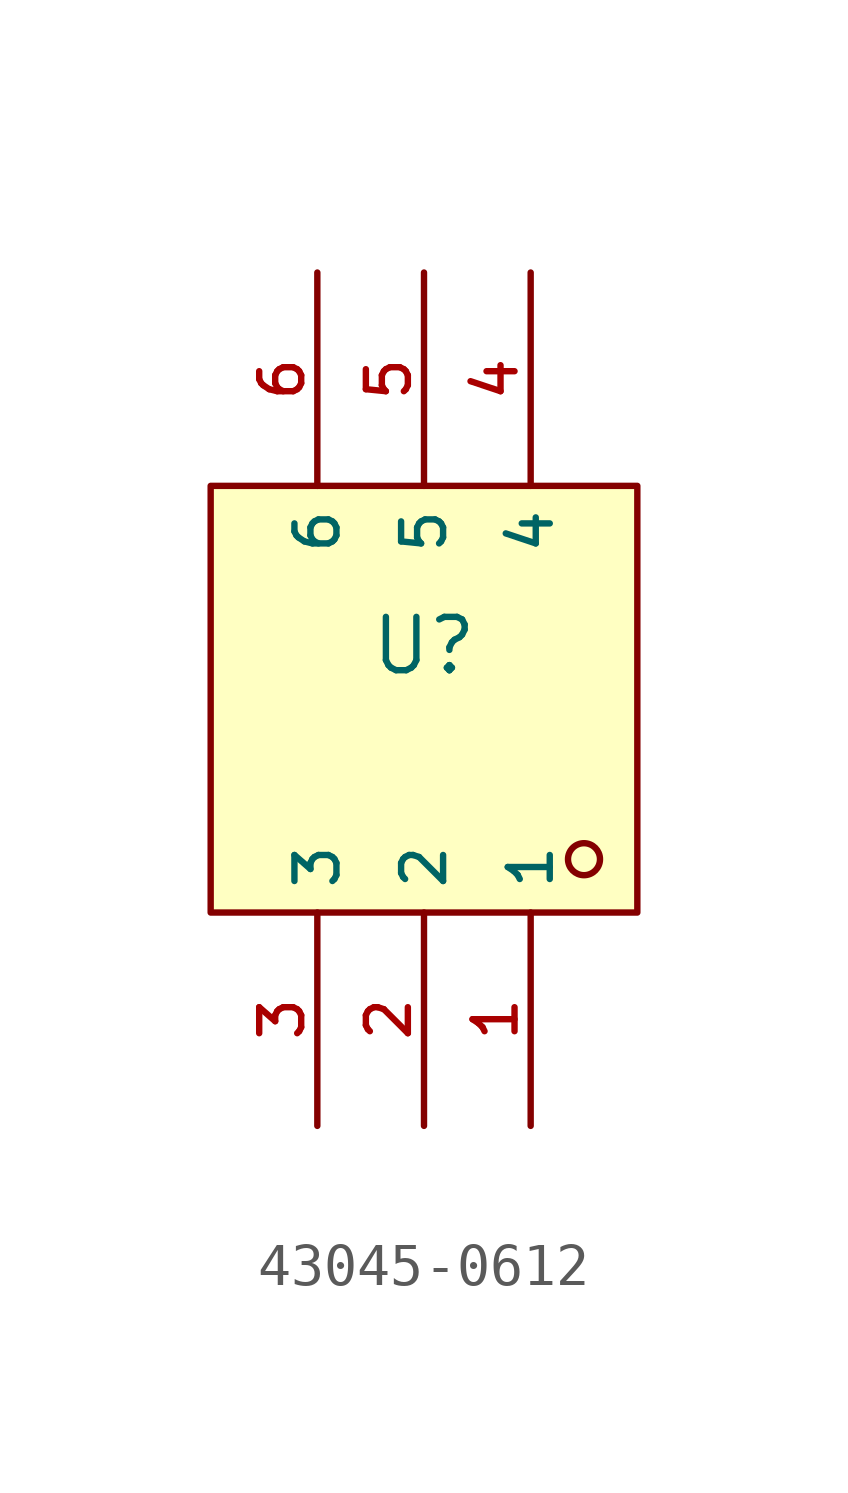
<source format=kicad_sym>
(kicad_symbol_lib
  (version 20210201)
  (generator TousstNicolas/JLC2KiCad_lib)
  (symbol "43045-0612"
    (property "Reference" "U"
      (at 0 1.27 0)
      (effects (font (size 1.27 1.27))))
    (symbol "43045-0612_0_1"
      (rectangle (start -5.08 5.08) (end 5.08 -5.08) (stroke (width 0) (type default) (color 0 0 0 0)) (fill (type background)))
      (circle (center 3.81 -3.81) (radius 0.381) (stroke (width 0) (type default) (color 0 0 0 0)) (fill (type background)))
      (pin unspecified line (at 2.54 -10.16 90) (length 5.08) (name "1" (effects (font (size 1 1)))) (number "1" (effects (font (size 1 1)))))
      (pin unspecified line (at 0.0 -10.16 90) (length 5.08) (name "2" (effects (font (size 1 1)))) (number "2" (effects (font (size 1 1)))))
      (pin unspecified line (at -2.54 -10.16 90) (length 5.08) (name "3" (effects (font (size 1 1)))) (number "3" (effects (font (size 1 1)))))
      (pin unspecified line (at 2.54 10.16 270) (length 5.08) (name "4" (effects (font (size 1 1)))) (number "4" (effects (font (size 1 1)))))
      (pin unspecified line (at 0.0 10.16 270) (length 5.08) (name "5" (effects (font (size 1 1)))) (number "5" (effects (font (size 1 1)))))
      (pin unspecified line (at -2.54 10.16 270) (length 5.08) (name "6" (effects (font (size 1 1)))) (number "6" (effects (font (size 1 1))))))))
</source>
